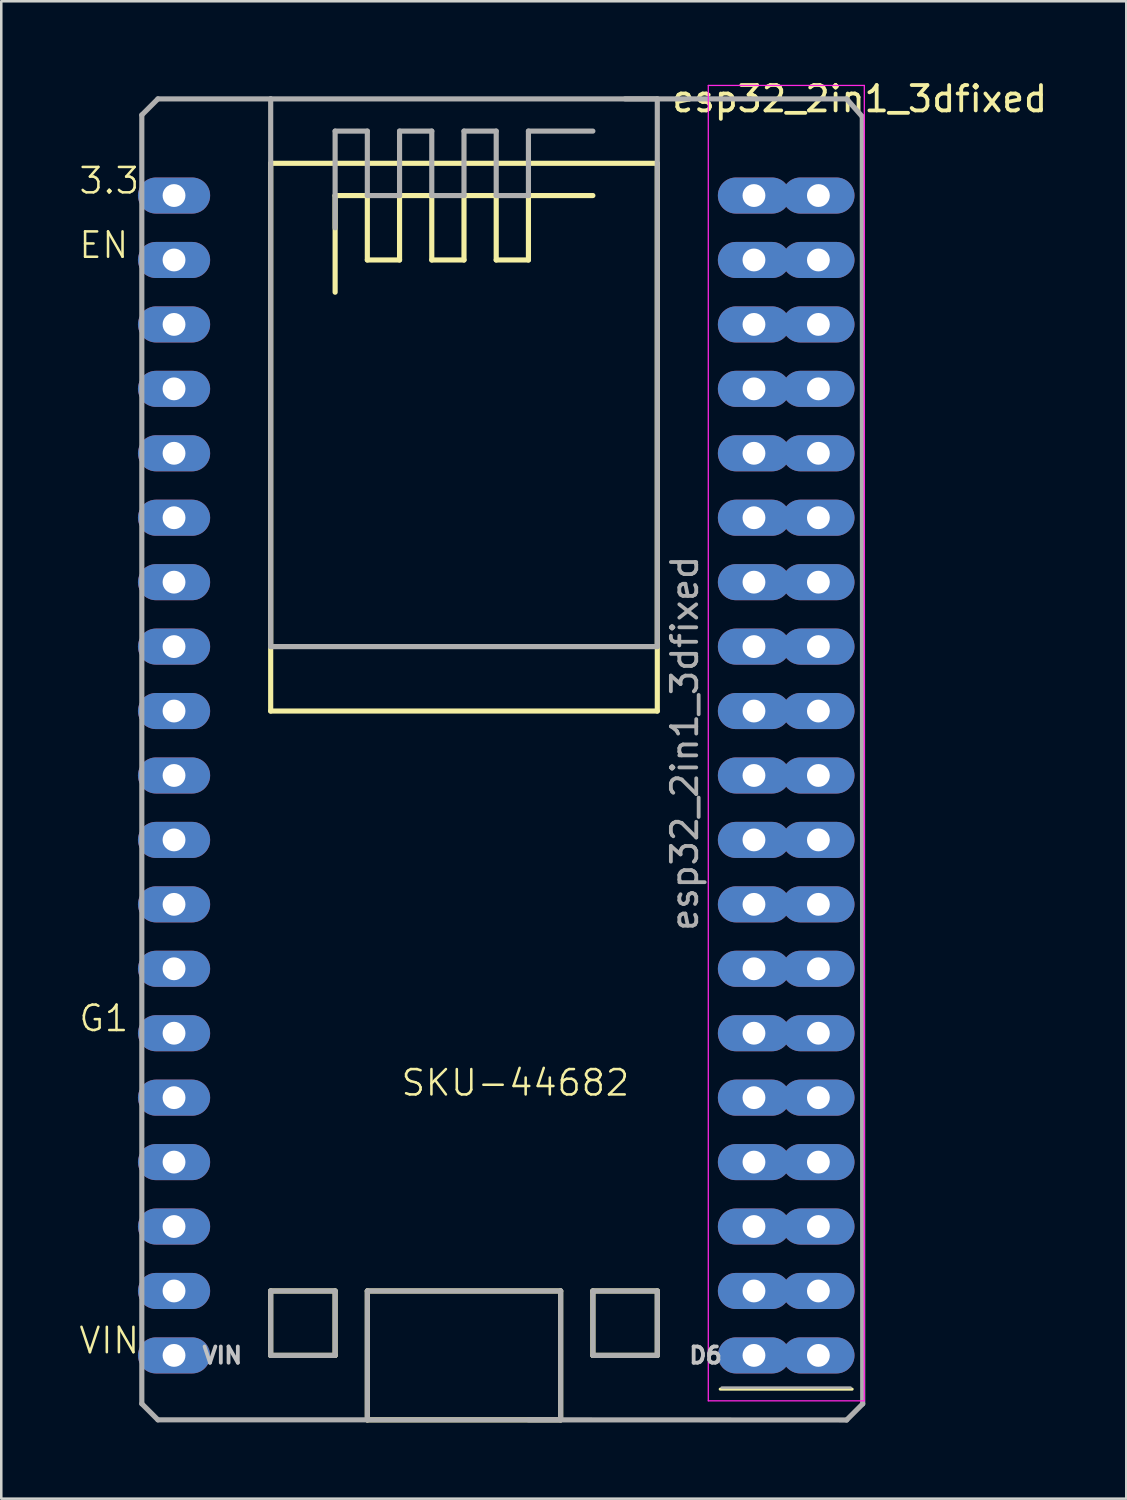
<source format=kicad_pcb>
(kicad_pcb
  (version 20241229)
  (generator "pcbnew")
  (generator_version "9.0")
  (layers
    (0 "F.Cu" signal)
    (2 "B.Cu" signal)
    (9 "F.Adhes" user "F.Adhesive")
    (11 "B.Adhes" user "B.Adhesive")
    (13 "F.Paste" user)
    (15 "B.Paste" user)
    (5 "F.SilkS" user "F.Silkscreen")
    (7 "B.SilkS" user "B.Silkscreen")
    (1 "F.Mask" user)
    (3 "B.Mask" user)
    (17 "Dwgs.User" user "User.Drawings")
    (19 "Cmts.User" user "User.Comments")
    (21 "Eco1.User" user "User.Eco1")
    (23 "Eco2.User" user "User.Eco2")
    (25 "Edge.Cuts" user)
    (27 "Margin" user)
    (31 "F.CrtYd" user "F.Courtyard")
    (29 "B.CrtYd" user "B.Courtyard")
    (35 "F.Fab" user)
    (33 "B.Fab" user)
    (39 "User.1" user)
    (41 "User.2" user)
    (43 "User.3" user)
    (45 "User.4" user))
  (footprint "esp32_2in1_3dfixed"
    (layer "F.Cu")
    (at 15.84 26.248)
    (property "Reference" "esp32_2in1_3dfixed" (at 15 -25.4 0) (layer "F.SilkS") (effects (font (size 1 1) (thickness 0.15))))
    (attr through_hole)
    (fp_line (start -8.22 -22.86) (end -8.22 -1.27) (stroke (width 0.203) (type solid)) (layer "F.SilkS"))
    (fp_line (start -8.22 -22.86) (end 7.02 -22.86) (stroke (width 0.203) (type solid)) (layer "F.SilkS"))
    (fp_line (start -8.22 -1.27) (end 7.02 -1.27) (stroke (width 0.203) (type solid)) (layer "F.SilkS"))
    (fp_line (start -8.22 21.59) (end -5.68 21.59) (stroke (width 0.203) (type solid)) (layer "F.SilkS"))
    (fp_line (start -8.22 24.13) (end -8.22 21.59) (stroke (width 0.203) (type solid)) (layer "F.SilkS"))
    (fp_line (start -5.68 -21.59) (end -4.41 -21.59) (stroke (width 0.203) (type solid)) (layer "F.SilkS"))
    (fp_line (start -5.68 -17.78) (end -5.68 -21.59) (stroke (width 0.203) (type solid)) (layer "F.SilkS"))
    (fp_line (start -5.68 21.59) (end -5.68 24.13) (stroke (width 0.203) (type solid)) (layer "F.SilkS"))
    (fp_line (start -5.68 24.13) (end -8.22 24.13) (stroke (width 0.203) (type solid)) (layer "F.SilkS"))
    (fp_line (start -4.41 -21.59) (end -4.41 -19.05) (stroke (width 0.203) (type solid)) (layer "F.SilkS"))
    (fp_line (start -4.41 -19.05) (end -3.14 -19.05) (stroke (width 0.203) (type solid)) (layer "F.SilkS"))
    (fp_line (start -4.41 21.59) (end 3.21 21.59) (stroke (width 0.203) (type solid)) (layer "F.SilkS"))
    (fp_line (start -4.41 26.67) (end -4.41 21.59) (stroke (width 0.203) (type solid)) (layer "F.SilkS"))
    (fp_line (start -4.41 26.67) (end 3.21 26.67) (stroke (width 0.203) (type solid)) (layer "F.SilkS"))
    (fp_line (start -3.14 -21.59) (end -1.87 -21.59) (stroke (width 0.203) (type solid)) (layer "F.SilkS"))
    (fp_line (start -3.14 -19.05) (end -3.14 -21.59) (stroke (width 0.203) (type solid)) (layer "F.SilkS"))
    (fp_line (start -1.87 -21.59) (end -1.87 -19.05) (stroke (width 0.203) (type solid)) (layer "F.SilkS"))
    (fp_line (start -1.87 -19.05) (end -0.6 -19.05) (stroke (width 0.203) (type solid)) (layer "F.SilkS"))
    (fp_line (start -0.6 -21.59) (end 0.67 -21.59) (stroke (width 0.203) (type solid)) (layer "F.SilkS"))
    (fp_line (start -0.6 -19.05) (end -0.6 -21.59) (stroke (width 0.203) (type solid)) (layer "F.SilkS"))
    (fp_line (start 0.67 -21.59) (end 0.67 -19.05) (stroke (width 0.203) (type solid)) (layer "F.SilkS"))
    (fp_line (start 0.67 -19.05) (end 1.94 -19.05) (stroke (width 0.203) (type solid)) (layer "F.SilkS"))
    (fp_line (start 1.94 -21.59) (end 4.48 -21.59) (stroke (width 0.203) (type solid)) (layer "F.SilkS"))
    (fp_line (start 1.94 -19.05) (end 1.94 -21.59) (stroke (width 0.203) (type solid)) (layer "F.SilkS"))
    (fp_line (start 3.21 21.59) (end 3.21 26.67) (stroke (width 0.203) (type solid)) (layer "F.SilkS"))
    (fp_line (start 4.48 21.59) (end 4.48 24.13) (stroke (width 0.203) (type solid)) (layer "F.SilkS"))
    (fp_line (start 4.48 24.13) (end 7.02 24.13) (stroke (width 0.203) (type solid)) (layer "F.SilkS"))
    (fp_line (start 7.02 -1.27) (end 7.02 -22.86) (stroke (width 0.203) (type solid)) (layer "F.SilkS"))
    (fp_line (start 7.02 21.59) (end 4.48 21.59) (stroke (width 0.203) (type solid)) (layer "F.SilkS"))
    (fp_line (start 7.02 24.13) (end 7.02 21.59) (stroke (width 0.203) (type solid)) (layer "F.SilkS"))
    (fp_line (start 9.5 25.46) (end 14.7 25.46) (stroke (width 0.12) (type solid)) (layer "F.SilkS"))
    (fp_line (start 9.03 -25.93) (end 9.03 25.92) (stroke (width 0.05) (type solid)) (layer "F.CrtYd"))
    (fp_line (start 9.03 25.92) (end 15.18 25.92) (stroke (width 0.05) (type solid)) (layer "F.CrtYd"))
    (fp_line (start 15.18 -25.93) (end 9.03 -25.93) (stroke (width 0.05) (type solid)) (layer "F.CrtYd"))
    (fp_line (start 15.18 25.92) (end 15.18 -25.93) (stroke (width 0.05) (type solid)) (layer "F.CrtYd"))
    (fp_line (start -13.3 -24.765) (end -12.665 -25.4) (stroke (width 0.203) (type solid)) (layer "F.Fab"))
    (fp_line (start -13.3 26.035) (end -13.3 -24.765) (stroke (width 0.203) (type solid)) (layer "F.Fab"))
    (fp_line (start -13.3 26.035) (end -12.665 26.67) (stroke (width 0.203) (type solid)) (layer "F.Fab"))
    (fp_line (start -12.665 -25.4) (end -8.22 -25.4) (stroke (width 0.203) (type solid)) (layer "F.Fab"))
    (fp_line (start -12.665 26.67) (end -4.41 26.67) (stroke (width 0.203) (type solid)) (layer "F.Fab"))
    (fp_line (start -8.22 -25.4) (end -8.22 -3.81) (stroke (width 0.203) (type solid)) (layer "F.Fab"))
    (fp_line (start -8.22 -25.4) (end 7.02 -25.4) (stroke (width 0.203) (type solid)) (layer "F.Fab"))
    (fp_line (start -8.22 -3.81) (end 7.02 -3.81) (stroke (width 0.203) (type solid)) (layer "F.Fab"))
    (fp_line (start -8.22 21.59) (end -5.68 21.59) (stroke (width 0.203) (type solid)) (layer "F.Fab"))
    (fp_line (start -8.22 24.13) (end -8.22 21.59) (stroke (width 0.203) (type solid)) (layer "F.Fab"))
    (fp_line (start -5.68 -24.13) (end -4.41 -24.13) (stroke (width 0.203) (type solid)) (layer "F.Fab"))
    (fp_line (start -5.68 -20.32) (end -5.68 -24.13) (stroke (width 0.203) (type solid)) (layer "F.Fab"))
    (fp_line (start -5.68 21.59) (end -5.68 24.13) (stroke (width 0.203) (type solid)) (layer "F.Fab"))
    (fp_line (start -5.68 24.13) (end -8.22 24.13) (stroke (width 0.203) (type solid)) (layer "F.Fab"))
    (fp_line (start -4.41 -24.13) (end -4.41 -21.59) (stroke (width 0.203) (type solid)) (layer "F.Fab"))
    (fp_line (start -4.41 -21.59) (end -3.14 -21.59) (stroke (width 0.203) (type solid)) (layer "F.Fab"))
    (fp_line (start -4.41 21.59) (end 3.21 21.59) (stroke (width 0.203) (type solid)) (layer "F.Fab"))
    (fp_line (start -4.41 26.67) (end -4.41 21.59) (stroke (width 0.203) (type solid)) (layer "F.Fab"))
    (fp_line (start -4.41 26.67) (end 3.21 26.67) (stroke (width 0.203) (type solid)) (layer "F.Fab"))
    (fp_line (start -3.14 -24.13) (end -1.87 -24.13) (stroke (width 0.203) (type solid)) (layer "F.Fab"))
    (fp_line (start -3.14 -21.59) (end -3.14 -24.13) (stroke (width 0.203) (type solid)) (layer "F.Fab"))
    (fp_line (start -1.87 -24.13) (end -1.87 -21.59) (stroke (width 0.203) (type solid)) (layer "F.Fab"))
    (fp_line (start -1.87 -21.59) (end -0.6 -21.59) (stroke (width 0.203) (type solid)) (layer "F.Fab"))
    (fp_line (start -0.6 -24.13) (end 0.67 -24.13) (stroke (width 0.203) (type solid)) (layer "F.Fab"))
    (fp_line (start -0.6 -21.59) (end -0.6 -24.13) (stroke (width 0.203) (type solid)) (layer "F.Fab"))
    (fp_line (start 0.67 -24.13) (end 0.67 -21.59) (stroke (width 0.203) (type solid)) (layer "F.Fab"))
    (fp_line (start 0.67 -21.59) (end 1.94 -21.59) (stroke (width 0.203) (type solid)) (layer "F.Fab"))
    (fp_line (start 1.94 -24.13) (end 4.48 -24.13) (stroke (width 0.203) (type solid)) (layer "F.Fab"))
    (fp_line (start 1.94 -21.59) (end 1.94 -24.13) (stroke (width 0.203) (type solid)) (layer "F.Fab"))
    (fp_line (start 1.94 26.67) (end 14.482 26.676) (stroke (width 0.203) (type solid)) (layer "F.Fab"))
    (fp_line (start 3.21 21.59) (end 3.21 26.67) (stroke (width 0.203) (type solid)) (layer "F.Fab"))
    (fp_line (start 4.48 21.59) (end 4.48 24.13) (stroke (width 0.203) (type solid)) (layer "F.Fab"))
    (fp_line (start 4.48 24.13) (end 7.02 24.13) (stroke (width 0.203) (type solid)) (layer "F.Fab"))
    (fp_line (start 5.75 -25.4) (end 14.482 -25.4) (stroke (width 0.203) (type solid)) (layer "F.Fab"))
    (fp_line (start 7.02 -3.81) (end 7.02 -25.4) (stroke (width 0.203) (type solid)) (layer "F.Fab"))
    (fp_line (start 7.02 21.59) (end 4.48 21.59) (stroke (width 0.203) (type solid)) (layer "F.Fab"))
    (fp_line (start 7.02 24.13) (end 7.02 21.59) (stroke (width 0.203) (type solid)) (layer "F.Fab"))
    (fp_line (start 14.482 -25.4) (end 15.1 -24.7) (stroke (width 0.203) (type solid)) (layer "F.Fab"))
    (fp_line (start 14.64 25.4) (end 9.56 25.4) (stroke (width 0.1) (type solid)) (layer "F.Fab"))
    (fp_line (start 15.1 -24.7) (end 15.117 26.041) (stroke (width 0.203) (type solid)) (layer "F.Fab"))
    (fp_line (start 15.117 26.041) (end 14.482 26.676) (stroke (width 0.203) (type solid)) (layer "F.Fab"))
    (fp_text user "EN" (at -15.84 -19.05 0) (unlocked yes) (layer "F.SilkS") (effects (font (size 1 1) (thickness 0.1)) (justify left bottom)))
    (fp_text user "3.3" (at -15.84 -21.59 0) (unlocked yes) (layer "F.SilkS") (effects (font (size 1 1) (thickness 0.1)) (justify left bottom)))
    (fp_text user "G1" (at -15.84 11.43 0) (unlocked yes) (layer "F.SilkS") (effects (font (size 1 1) (thickness 0.1)) (justify left bottom)))
    (fp_text user "VIN" (at -15.84 24.13 0) (unlocked yes) (layer "F.SilkS") (effects (font (size 1 1) (thickness 0.1)) (justify left bottom)))
    (fp_text user "SKU-44682" (at -3.14 13.97 0) (unlocked yes) (layer "F.SilkS") (effects (font (size 1 1) (thickness 0.1)) (justify left bottom)))
    (fp_text user "D6" (at 8.925 24.13 180) (layer "Dwgs.User") (effects (font (size 0.64 0.64) (thickness 0.15))))
    (fp_text user "VIN" (at -10.125 24.13 180) (layer "Dwgs.User") (effects (font (size 0.64 0.64) (thickness 0.15))))
    (fp_text user "${REFERENCE}" (at 8.1 0 90) (layer "F.Fab") (effects (font (size 1 1) (thickness 0.15))))
    (pad "3V3" thru_hole oval (at -12.03 -21.59) (size 2.845 1.422) (drill 0.9) (layers "*.Cu" "*.Mask"))
    (pad "EN" thru_hole oval (at -12.03 -19.05) (size 2.845 1.422) (drill 0.9) (layers "*.Cu" "*.Mask"))
    (pad "GND@1" thru_hole oval (at -12.03 11.43) (size 2.845 1.422) (drill 0.9) (layers "*.Cu" "*.Mask"))
    (pad "GND@2" thru_hole oval (at 10.83 -21.59) (size 2.845 1.422) (drill 0.9) (layers "*.Cu" "*.Mask"))
    (pad "GND@2" thru_hole oval (at 13.37 -21.59) (size 2.845 1.422) (drill 0.9) (layers "*.Cu" "*.Mask"))
    (pad "GND@3" thru_hole oval (at 10.83 -6.35) (size 2.845 1.422) (drill 0.9) (layers "*.Cu" "*.Mask"))
    (pad "GND@3" thru_hole oval (at 13.37 -6.35) (size 2.845 1.422) (drill 0.9) (layers "*.Cu" "*.Mask"))
    (pad "GPIO0" thru_hole oval (at 10.83 11.43) (size 2.845 1.422) (drill 0.9) (layers "*.Cu" "*.Mask"))
    (pad "GPIO0" thru_hole oval (at 13.37 11.43) (size 2.845 1.422) (drill 0.9) (layers "*.Cu" "*.Mask"))
    (pad "GPIO2" thru_hole oval (at 10.83 13.97) (size 2.845 1.422) (drill 0.9) (layers "*.Cu" "*.Mask"))
    (pad "GPIO2" thru_hole oval (at 13.37 13.97) (size 2.845 1.422) (drill 0.9) (layers "*.Cu" "*.Mask"))
    (pad "GPIO4" thru_hole oval (at 10.83 8.89) (size 2.845 1.422) (drill 0.9) (layers "*.Cu" "*.Mask"))
    (pad "GPIO4" thru_hole oval (at 13.37 8.89) (size 2.845 1.422) (drill 0.9) (layers "*.Cu" "*.Mask"))
    (pad "GPIO5" thru_hole oval (at 10.83 1.27) (size 2.845 1.422) (drill 0.9) (layers "*.Cu" "*.Mask"))
    (pad "GPIO5" thru_hole oval (at 13.37 1.27) (size 2.845 1.422) (drill 0.9) (layers "*.Cu" "*.Mask"))
    (pad "GPIO6" thru_hole oval (at 10.83 24.13) (size 2.845 1.422) (drill 0.9) (layers "*.Cu" "*.Mask"))
    (pad "GPIO6" thru_hole oval (at 13.37 24.13) (size 2.845 1.422) (drill 0.9) (layers "*.Cu" "*.Mask"))
    (pad "GPIO7" thru_hole oval (at 10.83 21.59) (size 2.845 1.422) (drill 0.9) (layers "*.Cu" "*.Mask"))
    (pad "GPIO7" thru_hole oval (at 13.37 21.59) (size 2.845 1.422) (drill 0.9) (layers "*.Cu" "*.Mask"))
    (pad "GPIO8" thru_hole oval (at 10.83 19.05) (size 2.845 1.422) (drill 0.9) (layers "*.Cu" "*.Mask"))
    (pad "GPIO8" thru_hole oval (at 13.37 19.05) (size 2.845 1.422) (drill 0.9) (layers "*.Cu" "*.Mask"))
    (pad "GPIO9" thru_hole oval (at -12.03 16.51) (size 2.845 1.422) (drill 0.9) (layers "*.Cu" "*.Mask"))
    (pad "GPIO10" thru_hole oval (at -12.03 19.05) (size 2.845 1.422) (drill 0.9) (layers "*.Cu" "*.Mask"))
    (pad "GPIO11" thru_hole oval (at -12.03 21.59) (size 2.845 1.422) (drill 0.9) (layers "*.Cu" "*.Mask"))
    (pad "GPIO12" thru_hole oval (at -12.03 8.89) (size 2.845 1.422) (drill 0.9) (layers "*.Cu" "*.Mask"))
    (pad "GPIO13" thru_hole oval (at -12.03 13.97) (size 2.845 1.422) (drill 0.9) (layers "*.Cu" "*.Mask"))
    (pad "GPIO14" thru_hole oval (at -12.03 6.35) (size 2.845 1.422) (drill 0.9) (layers "*.Cu" "*.Mask"))
    (pad "GPIO15" thru_hole oval (at 10.83 16.51) (size 2.845 1.422) (drill 0.9) (layers "*.Cu" "*.Mask"))
    (pad "GPIO15" thru_hole oval (at 13.37 16.51) (size 2.845 1.422) (drill 0.9) (layers "*.Cu" "*.Mask"))
    (pad "GPIO16" thru_hole oval (at 10.83 6.35) (size 2.845 1.422) (drill 0.9) (layers "*.Cu" "*.Mask"))
    (pad "GPIO16" thru_hole oval (at 13.37 6.35) (size 2.845 1.422) (drill 0.9) (layers "*.Cu" "*.Mask"))
    (pad "GPIO17" thru_hole oval (at 10.83 3.81) (size 2.845 1.422) (drill 0.9) (layers "*.Cu" "*.Mask"))
    (pad "GPIO17" thru_hole oval (at 13.37 3.81) (size 2.845 1.422) (drill 0.9) (layers "*.Cu" "*.Mask"))
    (pad "GPIO18" thru_hole oval (at 10.83 -1.27) (size 2.845 1.422) (drill 0.9) (layers "*.Cu" "*.Mask"))
    (pad "GPIO18" thru_hole oval (at 13.37 -1.27) (size 2.845 1.422) (drill 0.9) (layers "*.Cu" "*.Mask"))
    (pad "GPIO19" thru_hole oval (at 10.83 -3.81) (size 2.845 1.422) (drill 0.9) (layers "*.Cu" "*.Mask"))
    (pad "GPIO19" thru_hole oval (at 13.37 -3.81) (size 2.845 1.422) (drill 0.9) (layers "*.Cu" "*.Mask"))
    (pad "GPIO21" thru_hole oval (at 10.83 -8.89) (size 2.845 1.422) (drill 0.9) (layers "*.Cu" "*.Mask"))
    (pad "GPIO21" thru_hole oval (at 13.37 -8.89) (size 2.845 1.422) (drill 0.9) (layers "*.Cu" "*.Mask"))
    (pad "GPIO22" thru_hole oval (at 10.83 -16.51) (size 2.845 1.422) (drill 0.9) (layers "*.Cu" "*.Mask"))
    (pad "GPIO22" thru_hole oval (at 13.37 -16.51) (size 2.845 1.422) (drill 0.9) (layers "*.Cu" "*.Mask"))
    (pad "GPIO23" thru_hole oval (at 10.83 -19.05) (size 2.845 1.422) (drill 0.9) (layers "*.Cu" "*.Mask"))
    (pad "GPIO23" thru_hole oval (at 13.37 -19.05) (size 2.845 1.422) (drill 0.9) (layers "*.Cu" "*.Mask"))
    (pad "GPIO25" thru_hole oval (at -12.03 -1.27) (size 2.845 1.422) (drill 0.9) (layers "*.Cu" "*.Mask"))
    (pad "GPIO26" thru_hole oval (at -12.03 1.27) (size 2.845 1.422) (drill 0.9) (layers "*.Cu" "*.Mask"))
    (pad "GPIO27" thru_hole oval (at -12.03 3.81) (size 2.845 1.422) (drill 0.9) (layers "*.Cu" "*.Mask"))
    (pad "GPIO32" thru_hole oval (at -12.03 -6.35) (size 2.845 1.422) (drill 0.9) (layers "*.Cu" "*.Mask"))
    (pad "GPIO33" thru_hole oval (at -12.03 -3.81) (size 2.845 1.422) (drill 0.9) (layers "*.Cu" "*.Mask"))
    (pad "GPIO34" thru_hole oval (at -12.03 -11.43) (size 2.845 1.422) (drill 0.9) (layers "*.Cu" "*.Mask"))
    (pad "GPIO35" thru_hole oval (at -12.03 -8.89) (size 2.845 1.422) (drill 0.9) (layers "*.Cu" "*.Mask"))
    (pad "GPIO36" thru_hole oval (at -12.03 -16.51) (size 2.845 1.422) (drill 0.9) (layers "*.Cu" "*.Mask"))
    (pad "GPIO39" thru_hole oval (at -12.03 -13.97) (size 2.845 1.422) (drill 0.9) (layers "*.Cu" "*.Mask"))
    (pad "RX0" thru_hole oval (at 10.83 -11.43) (size 2.845 1.422) (drill 0.9) (layers "*.Cu" "*.Mask"))
    (pad "RX0" thru_hole oval (at 13.37 -11.43) (size 2.845 1.422) (drill 0.9) (layers "*.Cu" "*.Mask"))
    (pad "TX0" thru_hole oval (at 10.83 -13.97) (size 2.845 1.422) (drill 0.9) (layers "*.Cu" "*.Mask"))
    (pad "TX0" thru_hole oval (at 13.37 -13.97) (size 2.845 1.422) (drill 0.9) (layers "*.Cu" "*.Mask"))
    (pad "VIN" thru_hole oval (at -12.03 24.13) (size 2.845 1.422) (drill 0.9) (layers "*.Cu" "*.Mask")))
  (gr_rect
    (start -3 -3)
    (end 41.346 56.025)
    (stroke (width 0.1) (type default))
    (fill no)
    (layer "Edge.Cuts")))
</source>
